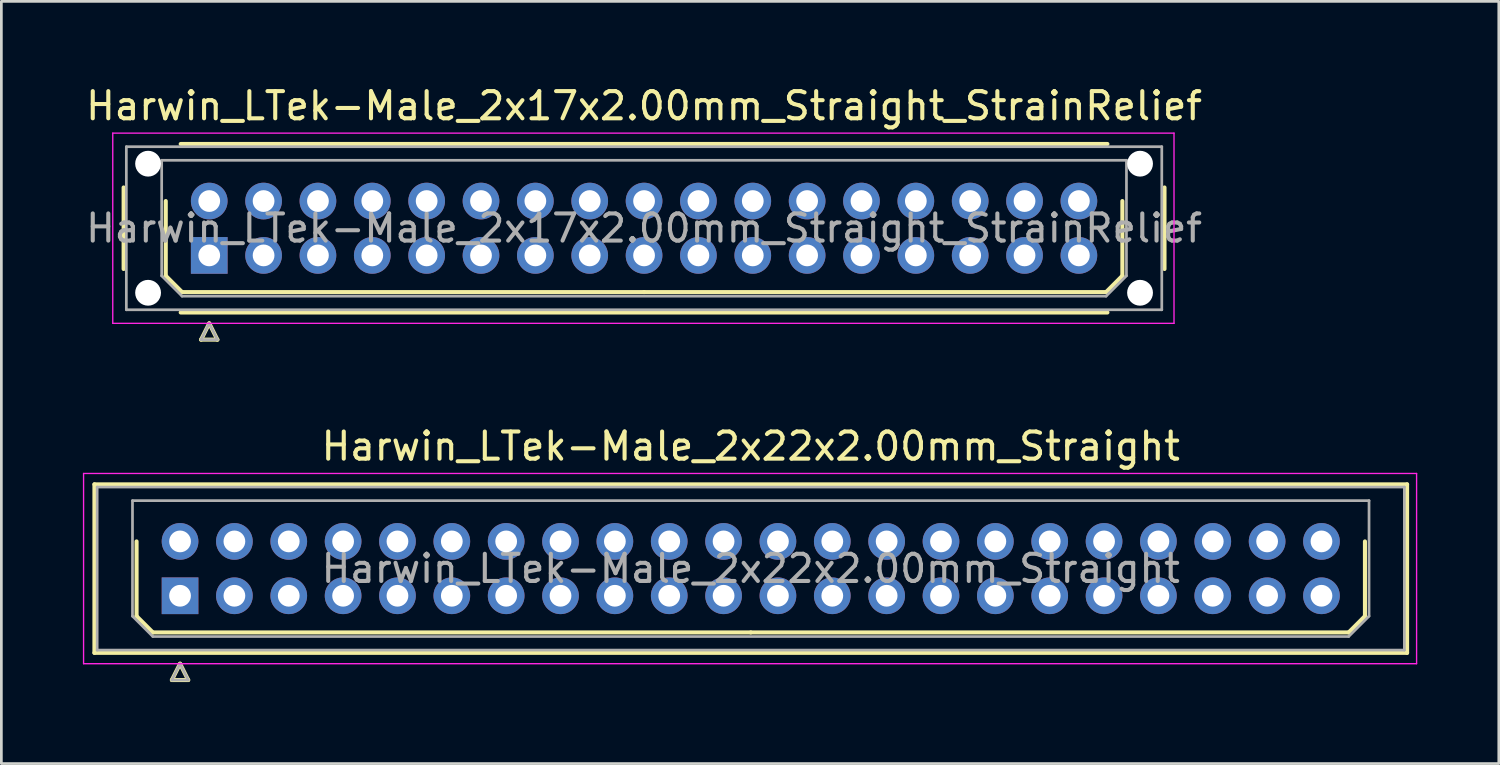
<source format=kicad_pcb>
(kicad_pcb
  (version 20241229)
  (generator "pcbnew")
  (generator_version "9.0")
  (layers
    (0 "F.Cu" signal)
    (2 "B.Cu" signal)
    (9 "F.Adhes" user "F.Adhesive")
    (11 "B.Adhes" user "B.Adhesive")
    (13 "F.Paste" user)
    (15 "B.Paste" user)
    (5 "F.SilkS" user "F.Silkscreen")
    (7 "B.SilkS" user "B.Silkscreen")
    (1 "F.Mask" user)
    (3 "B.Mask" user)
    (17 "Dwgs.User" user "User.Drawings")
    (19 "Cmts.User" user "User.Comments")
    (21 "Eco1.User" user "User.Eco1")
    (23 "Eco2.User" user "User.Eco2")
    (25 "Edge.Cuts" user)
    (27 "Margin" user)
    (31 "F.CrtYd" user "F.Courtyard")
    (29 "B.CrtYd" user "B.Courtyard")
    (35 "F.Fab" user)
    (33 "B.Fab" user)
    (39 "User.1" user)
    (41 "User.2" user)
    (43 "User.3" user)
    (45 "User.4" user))
  (footprint "Harwin_LTek-Male_2x22x2.00mm_Straight"
    (layer "F.Cu")
    (at 3.575 18.872)
    (property "Reference" "Harwin_LTek-Male_2x22x2.00mm_Straight" (at 21 -5.5 0) (layer "F.SilkS") (effects (font (size 1 1) (thickness 0.15))))
    (attr through_hole)
    (fp_line (start -3.15 -4.1) (end -3.15 2.1) (stroke (width 0.15) (type solid)) (layer "F.SilkS"))
    (fp_line (start -3.15 2.1) (end 45.15 2.1) (stroke (width 0.15) (type solid)) (layer "F.SilkS"))
    (fp_line (start -1.6 -2) (end -1.6 0.75) (stroke (width 0.15) (type solid)) (layer "F.SilkS"))
    (fp_line (start -1.6 0.75) (end -1 1.35) (stroke (width 0.15) (type solid)) (layer "F.SilkS"))
    (fp_line (start -1 1.35) (end 21 1.35) (stroke (width 0.15) (type solid)) (layer "F.SilkS"))
    (fp_line (start -0.3 3.1) (end 0.3 3.1) (stroke (width 0.15) (type solid)) (layer "F.SilkS"))
    (fp_line (start 0 2.5) (end -0.3 3.1) (stroke (width 0.15) (type solid)) (layer "F.SilkS"))
    (fp_line (start 0.3 3.1) (end 0 2.5) (stroke (width 0.15) (type solid)) (layer "F.SilkS"))
    (fp_line (start 43 1.35) (end 21 1.35) (stroke (width 0.15) (type solid)) (layer "F.SilkS"))
    (fp_line (start 43.6 -2) (end 43.6 0.75) (stroke (width 0.15) (type solid)) (layer "F.SilkS"))
    (fp_line (start 43.6 0.75) (end 43 1.35) (stroke (width 0.15) (type solid)) (layer "F.SilkS"))
    (fp_line (start 45.15 -4.1) (end -3.15 -4.1) (stroke (width 0.15) (type solid)) (layer "F.SilkS"))
    (fp_line (start 45.15 2.1) (end 45.15 -4.1) (stroke (width 0.15) (type solid)) (layer "F.SilkS"))
    (fp_line (start -3.55 -4.5) (end -3.55 2.5) (stroke (width 0.05) (type solid)) (layer "F.CrtYd"))
    (fp_line (start -3.55 2.5) (end 45.5 2.5) (stroke (width 0.05) (type solid)) (layer "F.CrtYd"))
    (fp_line (start 45.5 -4.5) (end -3.55 -4.5) (stroke (width 0.05) (type solid)) (layer "F.CrtYd"))
    (fp_line (start 45.5 2.5) (end 45.5 -4.5) (stroke (width 0.05) (type solid)) (layer "F.CrtYd"))
    (fp_line (start -3.05 -4) (end -3.05 2) (stroke (width 0.1) (type solid)) (layer "F.Fab"))
    (fp_line (start -3.05 2) (end 45.05 2) (stroke (width 0.1) (type solid)) (layer "F.Fab"))
    (fp_line (start -1.75 -3.5) (end 43.75 -3.5) (stroke (width 0.1) (type solid)) (layer "F.Fab"))
    (fp_line (start -1.75 0.75) (end -1.75 -3.5) (stroke (width 0.1) (type solid)) (layer "F.Fab"))
    (fp_line (start -1 1.5) (end -1.75 0.75) (stroke (width 0.1) (type solid)) (layer "F.Fab"))
    (fp_line (start -0.3 3.1) (end 0.3 3.1) (stroke (width 0.1) (type solid)) (layer "F.Fab"))
    (fp_line (start 0 2.5) (end -0.3 3.1) (stroke (width 0.1) (type solid)) (layer "F.Fab"))
    (fp_line (start 0.3 3.1) (end 0 2.5) (stroke (width 0.1) (type solid)) (layer "F.Fab"))
    (fp_line (start 43 1.5) (end -1 1.5) (stroke (width 0.1) (type solid)) (layer "F.Fab"))
    (fp_line (start 43.75 -3.5) (end 43.75 0.75) (stroke (width 0.1) (type solid)) (layer "F.Fab"))
    (fp_line (start 43.75 0.75) (end 43 1.5) (stroke (width 0.1) (type solid)) (layer "F.Fab"))
    (fp_line (start 45.05 -4) (end -3.05 -4) (stroke (width 0.1) (type solid)) (layer "F.Fab"))
    (fp_line (start 45.05 2) (end 45.05 -4) (stroke (width 0.1) (type solid)) (layer "F.Fab"))
    (fp_text user "${REFERENCE}" (at 21 -1 0) (layer "F.Fab") (effects (font (size 1 1) (thickness 0.15))))
    (pad "1" thru_hole rect (at 0 0) (size 1.35 1.35) (drill 0.8) (layers "*.Cu" "*.Mask"))
    (pad "2" thru_hole circle (at 2 0) (size 1.35 1.35) (drill 0.8) (layers "*.Cu" "*.Mask"))
    (pad "3" thru_hole circle (at 4 0) (size 1.35 1.35) (drill 0.8) (layers "*.Cu" "*.Mask"))
    (pad "4" thru_hole circle (at 6 0) (size 1.35 1.35) (drill 0.8) (layers "*.Cu" "*.Mask"))
    (pad "5" thru_hole circle (at 8 0) (size 1.35 1.35) (drill 0.8) (layers "*.Cu" "*.Mask"))
    (pad "6" thru_hole circle (at 10 0) (size 1.35 1.35) (drill 0.8) (layers "*.Cu" "*.Mask"))
    (pad "7" thru_hole circle (at 12 0) (size 1.35 1.35) (drill 0.8) (layers "*.Cu" "*.Mask"))
    (pad "8" thru_hole circle (at 14 0) (size 1.35 1.35) (drill 0.8) (layers "*.Cu" "*.Mask"))
    (pad "9" thru_hole circle (at 16 0) (size 1.35 1.35) (drill 0.8) (layers "*.Cu" "*.Mask"))
    (pad "10" thru_hole circle (at 18 0) (size 1.35 1.35) (drill 0.8) (layers "*.Cu" "*.Mask"))
    (pad "11" thru_hole circle (at 20 0) (size 1.35 1.35) (drill 0.8) (layers "*.Cu" "*.Mask"))
    (pad "12" thru_hole circle (at 22 0) (size 1.35 1.35) (drill 0.8) (layers "*.Cu" "*.Mask"))
    (pad "13" thru_hole circle (at 24 0) (size 1.35 1.35) (drill 0.8) (layers "*.Cu" "*.Mask"))
    (pad "14" thru_hole circle (at 26 0) (size 1.35 1.35) (drill 0.8) (layers "*.Cu" "*.Mask"))
    (pad "15" thru_hole circle (at 28 0) (size 1.35 1.35) (drill 0.8) (layers "*.Cu" "*.Mask"))
    (pad "16" thru_hole circle (at 30 0) (size 1.35 1.35) (drill 0.8) (layers "*.Cu" "*.Mask"))
    (pad "17" thru_hole circle (at 32 0) (size 1.35 1.35) (drill 0.8) (layers "*.Cu" "*.Mask"))
    (pad "18" thru_hole circle (at 34 0) (size 1.35 1.35) (drill 0.8) (layers "*.Cu" "*.Mask"))
    (pad "19" thru_hole circle (at 36 0) (size 1.35 1.35) (drill 0.8) (layers "*.Cu" "*.Mask"))
    (pad "20" thru_hole circle (at 38 0) (size 1.35 1.35) (drill 0.8) (layers "*.Cu" "*.Mask"))
    (pad "21" thru_hole circle (at 40 0) (size 1.35 1.35) (drill 0.8) (layers "*.Cu" "*.Mask"))
    (pad "22" thru_hole circle (at 42 0) (size 1.35 1.35) (drill 0.8) (layers "*.Cu" "*.Mask"))
    (pad "23" thru_hole circle (at 0 -2) (size 1.35 1.35) (drill 0.8) (layers "*.Cu" "*.Mask"))
    (pad "24" thru_hole circle (at 2 -2) (size 1.35 1.35) (drill 0.8) (layers "*.Cu" "*.Mask"))
    (pad "25" thru_hole circle (at 4 -2) (size 1.35 1.35) (drill 0.8) (layers "*.Cu" "*.Mask"))
    (pad "26" thru_hole circle (at 6 -2) (size 1.35 1.35) (drill 0.8) (layers "*.Cu" "*.Mask"))
    (pad "27" thru_hole circle (at 8 -2) (size 1.35 1.35) (drill 0.8) (layers "*.Cu" "*.Mask"))
    (pad "28" thru_hole circle (at 10 -2) (size 1.35 1.35) (drill 0.8) (layers "*.Cu" "*.Mask"))
    (pad "29" thru_hole circle (at 12 -2) (size 1.35 1.35) (drill 0.8) (layers "*.Cu" "*.Mask"))
    (pad "30" thru_hole circle (at 14 -2) (size 1.35 1.35) (drill 0.8) (layers "*.Cu" "*.Mask"))
    (pad "31" thru_hole circle (at 16 -2) (size 1.35 1.35) (drill 0.8) (layers "*.Cu" "*.Mask"))
    (pad "32" thru_hole circle (at 18 -2) (size 1.35 1.35) (drill 0.8) (layers "*.Cu" "*.Mask"))
    (pad "33" thru_hole circle (at 20 -2) (size 1.35 1.35) (drill 0.8) (layers "*.Cu" "*.Mask"))
    (pad "34" thru_hole circle (at 22 -2) (size 1.35 1.35) (drill 0.8) (layers "*.Cu" "*.Mask"))
    (pad "35" thru_hole circle (at 24 -2) (size 1.35 1.35) (drill 0.8) (layers "*.Cu" "*.Mask"))
    (pad "36" thru_hole circle (at 26 -2) (size 1.35 1.35) (drill 0.8) (layers "*.Cu" "*.Mask"))
    (pad "37" thru_hole circle (at 28 -2) (size 1.35 1.35) (drill 0.8) (layers "*.Cu" "*.Mask"))
    (pad "38" thru_hole circle (at 30 -2) (size 1.35 1.35) (drill 0.8) (layers "*.Cu" "*.Mask"))
    (pad "39" thru_hole circle (at 32 -2) (size 1.35 1.35) (drill 0.8) (layers "*.Cu" "*.Mask"))
    (pad "40" thru_hole circle (at 34 -2) (size 1.35 1.35) (drill 0.8) (layers "*.Cu" "*.Mask"))
    (pad "41" thru_hole circle (at 36 -2) (size 1.35 1.35) (drill 0.8) (layers "*.Cu" "*.Mask"))
    (pad "42" thru_hole circle (at 38 -2) (size 1.35 1.35) (drill 0.8) (layers "*.Cu" "*.Mask"))
    (pad "43" thru_hole circle (at 40 -2) (size 1.35 1.35) (drill 0.8) (layers "*.Cu" "*.Mask"))
    (pad "44" thru_hole circle (at 42 -2) (size 1.35 1.35) (drill 0.8) (layers "*.Cu" "*.Mask")))
  (footprint "Harwin_LTek-Male_2x17x2.00mm_Straight_StrainRelief"
    (layer "F.Cu")
    (at 4.649 6.348)
    (property "Reference" "Harwin_LTek-Male_2x17x2.00mm_Straight_StrainRelief" (at 16 -5.5 0) (layer "F.SilkS") (effects (font (size 1 1) (thickness 0.15))))
    (attr through_hole)
    (fp_line (start -3.15 -2.5) (end -3.15 0.5) (stroke (width 0.15) (type solid)) (layer "F.SilkS"))
    (fp_line (start -1.6 -2) (end -1.6 0.75) (stroke (width 0.15) (type solid)) (layer "F.SilkS"))
    (fp_line (start -1.6 0.75) (end -1 1.35) (stroke (width 0.15) (type solid)) (layer "F.SilkS"))
    (fp_line (start -1.05 -4.1) (end 33.05 -4.1) (stroke (width 0.15) (type solid)) (layer "F.SilkS"))
    (fp_line (start -1.05 2.1) (end 33.05 2.1) (stroke (width 0.15) (type solid)) (layer "F.SilkS"))
    (fp_line (start -1 1.35) (end 16 1.35) (stroke (width 0.15) (type solid)) (layer "F.SilkS"))
    (fp_line (start -0.3 3.1) (end 0.3 3.1) (stroke (width 0.15) (type solid)) (layer "F.SilkS"))
    (fp_line (start 0 2.5) (end -0.3 3.1) (stroke (width 0.15) (type solid)) (layer "F.SilkS"))
    (fp_line (start 0.3 3.1) (end 0 2.5) (stroke (width 0.15) (type solid)) (layer "F.SilkS"))
    (fp_line (start 33 1.35) (end 16 1.35) (stroke (width 0.15) (type solid)) (layer "F.SilkS"))
    (fp_line (start 33.6 -2) (end 33.6 0.75) (stroke (width 0.15) (type solid)) (layer "F.SilkS"))
    (fp_line (start 33.6 0.75) (end 33 1.35) (stroke (width 0.15) (type solid)) (layer "F.SilkS"))
    (fp_line (start 35.15 -2.5) (end 35.15 0.5) (stroke (width 0.15) (type solid)) (layer "F.SilkS"))
    (fp_line (start -3.55 -4.5) (end -3.55 2.5) (stroke (width 0.05) (type solid)) (layer "F.CrtYd"))
    (fp_line (start -3.55 2.5) (end 35.5 2.5) (stroke (width 0.05) (type solid)) (layer "F.CrtYd"))
    (fp_line (start 35.5 -4.5) (end -3.55 -4.5) (stroke (width 0.05) (type solid)) (layer "F.CrtYd"))
    (fp_line (start 35.5 2.5) (end 35.5 -4.5) (stroke (width 0.05) (type solid)) (layer "F.CrtYd"))
    (fp_line (start -3.05 -4) (end -3.05 2) (stroke (width 0.1) (type solid)) (layer "F.Fab"))
    (fp_line (start -3.05 2) (end 35.05 2) (stroke (width 0.1) (type solid)) (layer "F.Fab"))
    (fp_line (start -1.75 -3.5) (end 33.75 -3.5) (stroke (width 0.1) (type solid)) (layer "F.Fab"))
    (fp_line (start -1.75 0.75) (end -1.75 -3.5) (stroke (width 0.1) (type solid)) (layer "F.Fab"))
    (fp_line (start -1 1.5) (end -1.75 0.75) (stroke (width 0.1) (type solid)) (layer "F.Fab"))
    (fp_line (start -0.3 3.1) (end 0.3 3.1) (stroke (width 0.1) (type solid)) (layer "F.Fab"))
    (fp_line (start 0 2.5) (end -0.3 3.1) (stroke (width 0.1) (type solid)) (layer "F.Fab"))
    (fp_line (start 0.3 3.1) (end 0 2.5) (stroke (width 0.1) (type solid)) (layer "F.Fab"))
    (fp_line (start 33 1.5) (end -1 1.5) (stroke (width 0.1) (type solid)) (layer "F.Fab"))
    (fp_line (start 33.75 -3.5) (end 33.75 0.75) (stroke (width 0.1) (type solid)) (layer "F.Fab"))
    (fp_line (start 33.75 0.75) (end 33 1.5) (stroke (width 0.1) (type solid)) (layer "F.Fab"))
    (fp_line (start 35.05 -4) (end -3.05 -4) (stroke (width 0.1) (type solid)) (layer "F.Fab"))
    (fp_line (start 35.05 2) (end 35.05 -4) (stroke (width 0.1) (type solid)) (layer "F.Fab"))
    (fp_text user "${REFERENCE}" (at 16 -1 0) (layer "F.Fab") (effects (font (size 1 1) (thickness 0.15))))
    (pad "" np_thru_hole circle (at -2.25 -3.375) (size 0.95 0.95) (drill 0.95) (layers "*.Cu" "*.Mask"))
    (pad "" np_thru_hole circle (at -2.25 1.375) (size 0.95 0.95) (drill 0.95) (layers "*.Cu" "*.Mask"))
    (pad "" np_thru_hole circle (at 34.25 -3.375) (size 0.95 0.95) (drill 0.95) (layers "*.Cu" "*.Mask"))
    (pad "" np_thru_hole circle (at 34.25 1.375) (size 0.95 0.95) (drill 0.95) (layers "*.Cu" "*.Mask"))
    (pad "1" thru_hole rect (at 0 0) (size 1.35 1.35) (drill 0.8) (layers "*.Cu" "*.Mask"))
    (pad "2" thru_hole circle (at 2 0) (size 1.35 1.35) (drill 0.8) (layers "*.Cu" "*.Mask"))
    (pad "3" thru_hole circle (at 4 0) (size 1.35 1.35) (drill 0.8) (layers "*.Cu" "*.Mask"))
    (pad "4" thru_hole circle (at 6 0) (size 1.35 1.35) (drill 0.8) (layers "*.Cu" "*.Mask"))
    (pad "5" thru_hole circle (at 8 0) (size 1.35 1.35) (drill 0.8) (layers "*.Cu" "*.Mask"))
    (pad "6" thru_hole circle (at 10 0) (size 1.35 1.35) (drill 0.8) (layers "*.Cu" "*.Mask"))
    (pad "7" thru_hole circle (at 12 0) (size 1.35 1.35) (drill 0.8) (layers "*.Cu" "*.Mask"))
    (pad "8" thru_hole circle (at 14 0) (size 1.35 1.35) (drill 0.8) (layers "*.Cu" "*.Mask"))
    (pad "9" thru_hole circle (at 16 0) (size 1.35 1.35) (drill 0.8) (layers "*.Cu" "*.Mask"))
    (pad "10" thru_hole circle (at 18 0) (size 1.35 1.35) (drill 0.8) (layers "*.Cu" "*.Mask"))
    (pad "11" thru_hole circle (at 20 0) (size 1.35 1.35) (drill 0.8) (layers "*.Cu" "*.Mask"))
    (pad "12" thru_hole circle (at 22 0) (size 1.35 1.35) (drill 0.8) (layers "*.Cu" "*.Mask"))
    (pad "13" thru_hole circle (at 24 0) (size 1.35 1.35) (drill 0.8) (layers "*.Cu" "*.Mask"))
    (pad "14" thru_hole circle (at 26 0) (size 1.35 1.35) (drill 0.8) (layers "*.Cu" "*.Mask"))
    (pad "15" thru_hole circle (at 28 0) (size 1.35 1.35) (drill 0.8) (layers "*.Cu" "*.Mask"))
    (pad "16" thru_hole circle (at 30 0) (size 1.35 1.35) (drill 0.8) (layers "*.Cu" "*.Mask"))
    (pad "17" thru_hole circle (at 32 0) (size 1.35 1.35) (drill 0.8) (layers "*.Cu" "*.Mask"))
    (pad "18" thru_hole circle (at 0 -2) (size 1.35 1.35) (drill 0.8) (layers "*.Cu" "*.Mask"))
    (pad "19" thru_hole circle (at 2 -2) (size 1.35 1.35) (drill 0.8) (layers "*.Cu" "*.Mask"))
    (pad "20" thru_hole circle (at 4 -2) (size 1.35 1.35) (drill 0.8) (layers "*.Cu" "*.Mask"))
    (pad "21" thru_hole circle (at 6 -2) (size 1.35 1.35) (drill 0.8) (layers "*.Cu" "*.Mask"))
    (pad "22" thru_hole circle (at 8 -2) (size 1.35 1.35) (drill 0.8) (layers "*.Cu" "*.Mask"))
    (pad "23" thru_hole circle (at 10 -2) (size 1.35 1.35) (drill 0.8) (layers "*.Cu" "*.Mask"))
    (pad "24" thru_hole circle (at 12 -2) (size 1.35 1.35) (drill 0.8) (layers "*.Cu" "*.Mask"))
    (pad "25" thru_hole circle (at 14 -2) (size 1.35 1.35) (drill 0.8) (layers "*.Cu" "*.Mask"))
    (pad "26" thru_hole circle (at 16 -2) (size 1.35 1.35) (drill 0.8) (layers "*.Cu" "*.Mask"))
    (pad "27" thru_hole circle (at 18 -2) (size 1.35 1.35) (drill 0.8) (layers "*.Cu" "*.Mask"))
    (pad "28" thru_hole circle (at 20 -2) (size 1.35 1.35) (drill 0.8) (layers "*.Cu" "*.Mask"))
    (pad "29" thru_hole circle (at 22 -2) (size 1.35 1.35) (drill 0.8) (layers "*.Cu" "*.Mask"))
    (pad "30" thru_hole circle (at 24 -2) (size 1.35 1.35) (drill 0.8) (layers "*.Cu" "*.Mask"))
    (pad "31" thru_hole circle (at 26 -2) (size 1.35 1.35) (drill 0.8) (layers "*.Cu" "*.Mask"))
    (pad "32" thru_hole circle (at 28 -2) (size 1.35 1.35) (drill 0.8) (layers "*.Cu" "*.Mask"))
    (pad "33" thru_hole circle (at 30 -2) (size 1.35 1.35) (drill 0.8) (layers "*.Cu" "*.Mask"))
    (pad "34" thru_hole circle (at 32 -2) (size 1.35 1.35) (drill 0.8) (layers "*.Cu" "*.Mask")))
  (gr_rect
    (start -3 -3)
    (end 52.1 25.047)
    (stroke (width 0.1) (type default))
    (fill no)
    (layer "Edge.Cuts")))
</source>
